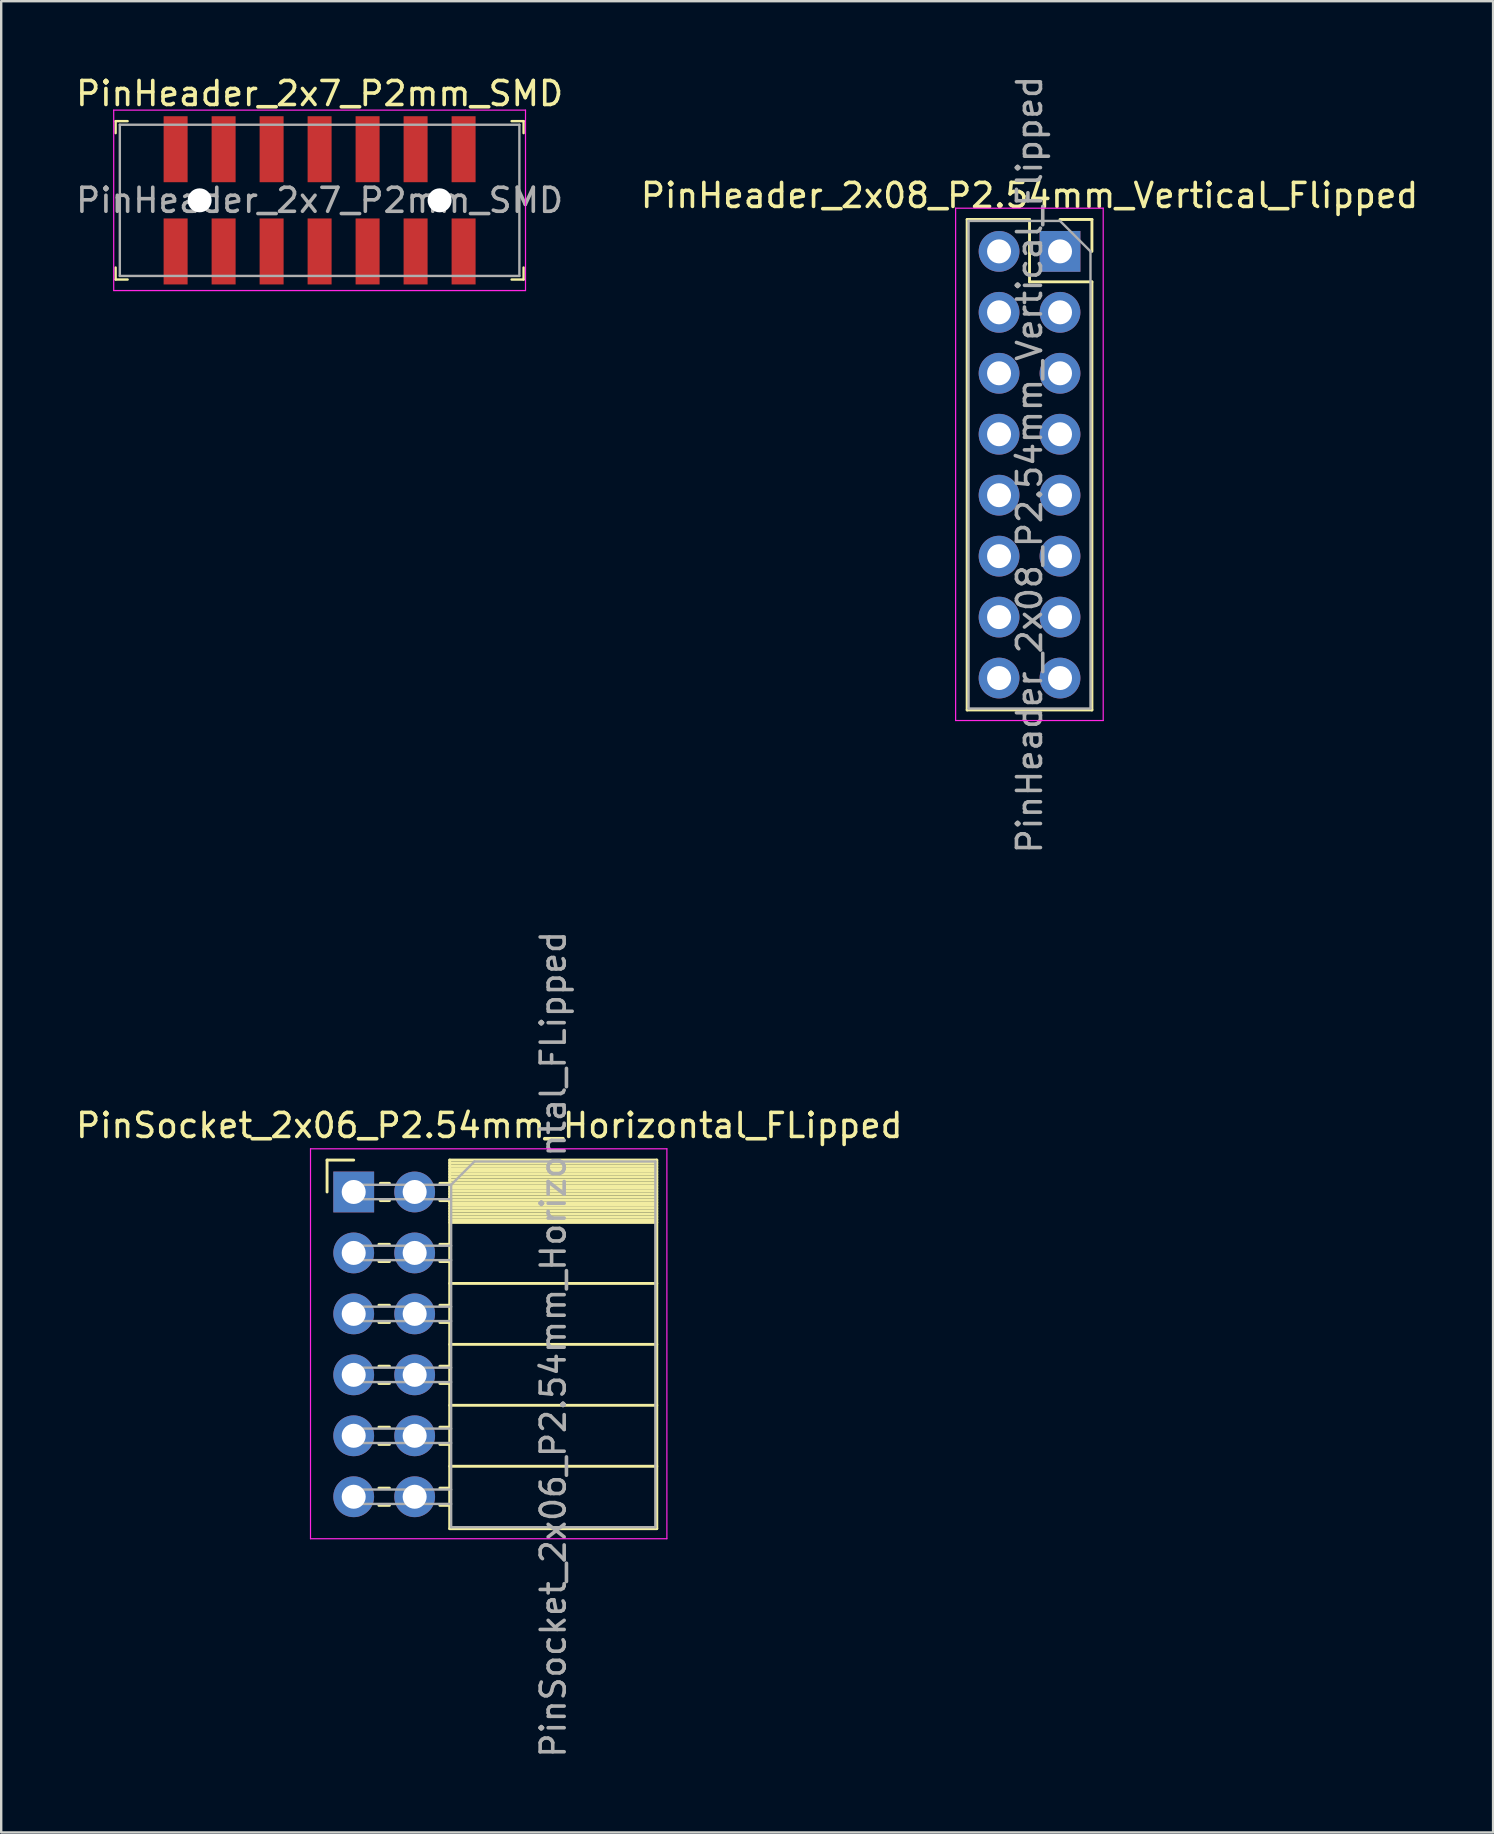
<source format=kicad_pcb>
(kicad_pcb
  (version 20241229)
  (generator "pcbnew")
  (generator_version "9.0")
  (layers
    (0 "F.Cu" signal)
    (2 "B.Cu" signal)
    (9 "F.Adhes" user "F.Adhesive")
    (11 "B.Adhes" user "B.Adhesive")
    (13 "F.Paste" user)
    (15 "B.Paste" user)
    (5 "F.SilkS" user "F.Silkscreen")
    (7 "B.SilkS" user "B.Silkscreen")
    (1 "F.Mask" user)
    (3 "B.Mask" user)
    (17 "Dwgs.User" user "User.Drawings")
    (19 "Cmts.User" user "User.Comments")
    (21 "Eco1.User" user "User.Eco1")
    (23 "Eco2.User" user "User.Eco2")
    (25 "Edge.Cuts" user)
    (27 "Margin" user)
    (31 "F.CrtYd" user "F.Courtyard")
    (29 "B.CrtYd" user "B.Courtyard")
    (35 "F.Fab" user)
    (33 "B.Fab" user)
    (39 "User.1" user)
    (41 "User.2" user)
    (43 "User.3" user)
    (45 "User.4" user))
  (footprint "PinHeader_2x08_P2.54mm_Vertical_Flipped"
    (layer "F.Cu")
    (at 38.581 7.425)
    (property "Reference" "PinHeader_2x08_P2.54mm_Vertical_Flipped" (at 1.27 -2.33 0) (layer "F.SilkS") (effects (font (size 1 1) (thickness 0.15))))
    (attr through_hole)
    (fp_line (start -1.33 -1.33) (end -1.33 19.11) (stroke (width 0.12) (type solid)) (layer "F.SilkS"))
    (fp_line (start 1.27 -1.33) (end -1.33 -1.33) (stroke (width 0.12) (type solid)) (layer "F.SilkS"))
    (fp_line (start 1.27 1.27) (end 1.27 -1.33) (stroke (width 0.12) (type solid)) (layer "F.SilkS"))
    (fp_line (start 3.87 -1.33) (end 2.54 -1.33) (stroke (width 0.12) (type solid)) (layer "F.SilkS"))
    (fp_line (start 3.87 0) (end 3.87 -1.33) (stroke (width 0.12) (type solid)) (layer "F.SilkS"))
    (fp_line (start 3.87 1.27) (end 1.27 1.27) (stroke (width 0.12) (type solid)) (layer "F.SilkS"))
    (fp_line (start 3.87 1.27) (end 3.87 19.11) (stroke (width 0.12) (type solid)) (layer "F.SilkS"))
    (fp_line (start 3.87 19.11) (end -1.33 19.11) (stroke (width 0.12) (type solid)) (layer "F.SilkS"))
    (fp_line (start -1.81 -1.8) (end 4.34 -1.8) (stroke (width 0.05) (type solid)) (layer "F.CrtYd"))
    (fp_line (start -1.81 19.55) (end -1.81 -1.8) (stroke (width 0.05) (type solid)) (layer "F.CrtYd"))
    (fp_line (start 4.34 -1.8) (end 4.34 19.55) (stroke (width 0.05) (type solid)) (layer "F.CrtYd"))
    (fp_line (start 4.34 19.55) (end -1.81 19.55) (stroke (width 0.05) (type solid)) (layer "F.CrtYd"))
    (fp_line (start -1.27 -1.27) (end -1.27 19.05) (stroke (width 0.1) (type solid)) (layer "F.Fab"))
    (fp_line (start -1.27 19.05) (end 3.81 19.05) (stroke (width 0.1) (type solid)) (layer "F.Fab"))
    (fp_line (start 2.54 -1.27) (end -1.27 -1.27) (stroke (width 0.1) (type solid)) (layer "F.Fab"))
    (fp_line (start 3.81 0) (end 2.54 -1.27) (stroke (width 0.1) (type solid)) (layer "F.Fab"))
    (fp_line (start 3.81 19.05) (end 3.81 0) (stroke (width 0.1) (type solid)) (layer "F.Fab"))
    (fp_text user "${REFERENCE}" (at 1.27 8.89 90) (layer "F.Fab") (effects (font (size 1 1) (thickness 0.15))))
    (pad "1" thru_hole rect (at 2.54 0) (size 1.7 1.7) (drill 1) (layers "*.Cu" "*.Mask"))
    (pad "2" thru_hole oval (at 0 0) (size 1.7 1.7) (drill 1) (layers "*.Cu" "*.Mask"))
    (pad "3" thru_hole oval (at 2.54 2.54) (size 1.7 1.7) (drill 1) (layers "*.Cu" "*.Mask"))
    (pad "4" thru_hole oval (at 0 2.54) (size 1.7 1.7) (drill 1) (layers "*.Cu" "*.Mask"))
    (pad "5" thru_hole oval (at 2.54 5.08) (size 1.7 1.7) (drill 1) (layers "*.Cu" "*.Mask"))
    (pad "6" thru_hole oval (at 0 5.08) (size 1.7 1.7) (drill 1) (layers "*.Cu" "*.Mask"))
    (pad "7" thru_hole oval (at 2.54 7.62) (size 1.7 1.7) (drill 1) (layers "*.Cu" "*.Mask"))
    (pad "8" thru_hole oval (at 0 7.62) (size 1.7 1.7) (drill 1) (layers "*.Cu" "*.Mask"))
    (pad "9" thru_hole oval (at 2.54 10.16) (size 1.7 1.7) (drill 1) (layers "*.Cu" "*.Mask"))
    (pad "10" thru_hole oval (at 0 10.16) (size 1.7 1.7) (drill 1) (layers "*.Cu" "*.Mask"))
    (pad "11" thru_hole oval (at 2.54 12.7) (size 1.7 1.7) (drill 1) (layers "*.Cu" "*.Mask"))
    (pad "12" thru_hole oval (at 0 12.7) (size 1.7 1.7) (drill 1) (layers "*.Cu" "*.Mask"))
    (pad "13" thru_hole oval (at 2.54 15.24) (size 1.7 1.7) (drill 1) (layers "*.Cu" "*.Mask"))
    (pad "14" thru_hole oval (at 0 15.24) (size 1.7 1.7) (drill 1) (layers "*.Cu" "*.Mask"))
    (pad "15" thru_hole oval (at 2.54 17.78) (size 1.7 1.7) (drill 1) (layers "*.Cu" "*.Mask"))
    (pad "16" thru_hole oval (at 0 17.78) (size 1.7 1.7) (drill 1) (layers "*.Cu" "*.Mask")))
  (footprint "PinSocket_2x06_P2.54mm_Horizontal_FLipped"
    (layer "F.Cu")
    (at 11.689 46.62)
    (property "Reference" "PinSocket_2x06_P2.54mm_Horizontal_FLipped" (at 5.65 -2.77 0) (layer "F.SilkS") (effects (font (size 1 1) (thickness 0.15))))
    (attr through_hole)
    (fp_line (start -1.11 -1.33) (end -1.11 0) (stroke (width 0.12) (type solid)) (layer "F.SilkS"))
    (fp_line (start 0 -1.33) (end -1.11 -1.33) (stroke (width 0.12) (type solid)) (layer "F.SilkS"))
    (fp_line (start 1.49 -0.36) (end 1.11 -0.36) (stroke (width 0.12) (type solid)) (layer "F.SilkS"))
    (fp_line (start 1.49 0.36) (end 1.11 0.36) (stroke (width 0.12) (type solid)) (layer "F.SilkS"))
    (fp_line (start 1.49 2.18) (end 1.05 2.18) (stroke (width 0.12) (type solid)) (layer "F.SilkS"))
    (fp_line (start 1.49 2.9) (end 1.05 2.9) (stroke (width 0.12) (type solid)) (layer "F.SilkS"))
    (fp_line (start 1.49 4.72) (end 1.05 4.72) (stroke (width 0.12) (type solid)) (layer "F.SilkS"))
    (fp_line (start 1.49 5.44) (end 1.05 5.44) (stroke (width 0.12) (type solid)) (layer "F.SilkS"))
    (fp_line (start 1.49 7.26) (end 1.05 7.26) (stroke (width 0.12) (type solid)) (layer "F.SilkS"))
    (fp_line (start 1.49 7.98) (end 1.05 7.98) (stroke (width 0.12) (type solid)) (layer "F.SilkS"))
    (fp_line (start 1.49 9.8) (end 1.05 9.8) (stroke (width 0.12) (type solid)) (layer "F.SilkS"))
    (fp_line (start 1.49 10.52) (end 1.05 10.52) (stroke (width 0.12) (type solid)) (layer "F.SilkS"))
    (fp_line (start 1.49 12.34) (end 1.05 12.34) (stroke (width 0.12) (type solid)) (layer "F.SilkS"))
    (fp_line (start 1.49 13.06) (end 1.05 13.06) (stroke (width 0.12) (type solid)) (layer "F.SilkS"))
    (fp_line (start 4 -1.33) (end 4 14.03) (stroke (width 0.12) (type solid)) (layer "F.SilkS"))
    (fp_line (start 4 -0.36) (end 3.59 -0.36) (stroke (width 0.12) (type solid)) (layer "F.SilkS"))
    (fp_line (start 4 0.36) (end 3.59 0.36) (stroke (width 0.12) (type solid)) (layer "F.SilkS"))
    (fp_line (start 4 2.18) (end 3.59 2.18) (stroke (width 0.12) (type solid)) (layer "F.SilkS"))
    (fp_line (start 4 2.9) (end 3.59 2.9) (stroke (width 0.12) (type solid)) (layer "F.SilkS"))
    (fp_line (start 4 4.72) (end 3.59 4.72) (stroke (width 0.12) (type solid)) (layer "F.SilkS"))
    (fp_line (start 4 5.44) (end 3.59 5.44) (stroke (width 0.12) (type solid)) (layer "F.SilkS"))
    (fp_line (start 4 7.26) (end 3.59 7.26) (stroke (width 0.12) (type solid)) (layer "F.SilkS"))
    (fp_line (start 4 7.98) (end 3.59 7.98) (stroke (width 0.12) (type solid)) (layer "F.SilkS"))
    (fp_line (start 4 9.8) (end 3.59 9.8) (stroke (width 0.12) (type solid)) (layer "F.SilkS"))
    (fp_line (start 4 10.52) (end 3.59 10.52) (stroke (width 0.12) (type solid)) (layer "F.SilkS"))
    (fp_line (start 4 12.34) (end 3.59 12.34) (stroke (width 0.12) (type solid)) (layer "F.SilkS"))
    (fp_line (start 4 13.06) (end 3.59 13.06) (stroke (width 0.12) (type solid)) (layer "F.SilkS"))
    (fp_line (start 12.63 -1.33) (end 4 -1.33) (stroke (width 0.12) (type solid)) (layer "F.SilkS"))
    (fp_line (start 12.63 -1.33) (end 12.63 14.03) (stroke (width 0.12) (type solid)) (layer "F.SilkS"))
    (fp_line (start 12.63 -1.21) (end 4 -1.21) (stroke (width 0.12) (type solid)) (layer "F.SilkS"))
    (fp_line (start 12.63 -1.092) (end 4 -1.092) (stroke (width 0.12) (type solid)) (layer "F.SilkS"))
    (fp_line (start 12.63 -0.974) (end 4 -0.974) (stroke (width 0.12) (type solid)) (layer "F.SilkS"))
    (fp_line (start 12.63 -0.856) (end 4 -0.856) (stroke (width 0.12) (type solid)) (layer "F.SilkS"))
    (fp_line (start 12.63 -0.738) (end 4 -0.738) (stroke (width 0.12) (type solid)) (layer "F.SilkS"))
    (fp_line (start 12.63 -0.62) (end 4 -0.62) (stroke (width 0.12) (type solid)) (layer "F.SilkS"))
    (fp_line (start 12.63 -0.501) (end 4 -0.501) (stroke (width 0.12) (type solid)) (layer "F.SilkS"))
    (fp_line (start 12.63 -0.383) (end 4 -0.383) (stroke (width 0.12) (type solid)) (layer "F.SilkS"))
    (fp_line (start 12.63 -0.265) (end 4 -0.265) (stroke (width 0.12) (type solid)) (layer "F.SilkS"))
    (fp_line (start 12.63 -0.147) (end 4 -0.147) (stroke (width 0.12) (type solid)) (layer "F.SilkS"))
    (fp_line (start 12.63 -0.029) (end 4 -0.029) (stroke (width 0.12) (type solid)) (layer "F.SilkS"))
    (fp_line (start 12.63 0.089) (end 4 0.089) (stroke (width 0.12) (type solid)) (layer "F.SilkS"))
    (fp_line (start 12.63 0.207) (end 4 0.207) (stroke (width 0.12) (type solid)) (layer "F.SilkS"))
    (fp_line (start 12.63 0.325) (end 4 0.325) (stroke (width 0.12) (type solid)) (layer "F.SilkS"))
    (fp_line (start 12.63 0.443) (end 4 0.443) (stroke (width 0.12) (type solid)) (layer "F.SilkS"))
    (fp_line (start 12.63 0.561) (end 4 0.561) (stroke (width 0.12) (type solid)) (layer "F.SilkS"))
    (fp_line (start 12.63 0.68) (end 4 0.68) (stroke (width 0.12) (type solid)) (layer "F.SilkS"))
    (fp_line (start 12.63 0.798) (end 4 0.798) (stroke (width 0.12) (type solid)) (layer "F.SilkS"))
    (fp_line (start 12.63 0.916) (end 4 0.916) (stroke (width 0.12) (type solid)) (layer "F.SilkS"))
    (fp_line (start 12.63 1.034) (end 4 1.034) (stroke (width 0.12) (type solid)) (layer "F.SilkS"))
    (fp_line (start 12.63 1.152) (end 4 1.152) (stroke (width 0.12) (type solid)) (layer "F.SilkS"))
    (fp_line (start 12.63 1.27) (end 4 1.27) (stroke (width 0.12) (type solid)) (layer "F.SilkS"))
    (fp_line (start 12.63 3.81) (end 4 3.81) (stroke (width 0.12) (type solid)) (layer "F.SilkS"))
    (fp_line (start 12.63 6.35) (end 4 6.35) (stroke (width 0.12) (type solid)) (layer "F.SilkS"))
    (fp_line (start 12.63 8.89) (end 4 8.89) (stroke (width 0.12) (type solid)) (layer "F.SilkS"))
    (fp_line (start 12.63 11.43) (end 4 11.43) (stroke (width 0.12) (type solid)) (layer "F.SilkS"))
    (fp_line (start 12.63 14.03) (end 4 14.03) (stroke (width 0.12) (type solid)) (layer "F.SilkS"))
    (fp_line (start -1.8 -1.8) (end 13.05 -1.8) (stroke (width 0.05) (type solid)) (layer "F.CrtYd"))
    (fp_line (start -1.8 14.45) (end -1.8 -1.8) (stroke (width 0.05) (type solid)) (layer "F.CrtYd"))
    (fp_line (start 13.05 -1.8) (end 13.05 14.45) (stroke (width 0.05) (type solid)) (layer "F.CrtYd"))
    (fp_line (start 13.05 14.45) (end -1.8 14.45) (stroke (width 0.05) (type solid)) (layer "F.CrtYd"))
    (fp_line (start 0 -0.3) (end 4.06 -0.3) (stroke (width 0.1) (type solid)) (layer "F.Fab"))
    (fp_line (start 0 0.3) (end 0 -0.3) (stroke (width 0.1) (type solid)) (layer "F.Fab"))
    (fp_line (start 0 2.24) (end 4.06 2.24) (stroke (width 0.1) (type solid)) (layer "F.Fab"))
    (fp_line (start 0 2.84) (end 0 2.24) (stroke (width 0.1) (type solid)) (layer "F.Fab"))
    (fp_line (start 0 4.78) (end 4.06 4.78) (stroke (width 0.1) (type solid)) (layer "F.Fab"))
    (fp_line (start 0 5.38) (end 0 4.78) (stroke (width 0.1) (type solid)) (layer "F.Fab"))
    (fp_line (start 0 7.32) (end 4.06 7.32) (stroke (width 0.1) (type solid)) (layer "F.Fab"))
    (fp_line (start 0 7.92) (end 0 7.32) (stroke (width 0.1) (type solid)) (layer "F.Fab"))
    (fp_line (start 0 9.86) (end 4.06 9.86) (stroke (width 0.1) (type solid)) (layer "F.Fab"))
    (fp_line (start 0 10.46) (end 0 9.86) (stroke (width 0.1) (type solid)) (layer "F.Fab"))
    (fp_line (start 0 12.4) (end 4.06 12.4) (stroke (width 0.1) (type solid)) (layer "F.Fab"))
    (fp_line (start 0 13) (end 0 12.4) (stroke (width 0.1) (type solid)) (layer "F.Fab"))
    (fp_line (start 4.06 -0.3) (end 4.06 13.97) (stroke (width 0.1) (type solid)) (layer "F.Fab"))
    (fp_line (start 4.06 0.3) (end 0 0.3) (stroke (width 0.1) (type solid)) (layer "F.Fab"))
    (fp_line (start 4.06 2.84) (end 0 2.84) (stroke (width 0.1) (type solid)) (layer "F.Fab"))
    (fp_line (start 4.06 5.38) (end 0 5.38) (stroke (width 0.1) (type solid)) (layer "F.Fab"))
    (fp_line (start 4.06 7.92) (end 0 7.92) (stroke (width 0.1) (type solid)) (layer "F.Fab"))
    (fp_line (start 4.06 10.46) (end 0 10.46) (stroke (width 0.1) (type solid)) (layer "F.Fab"))
    (fp_line (start 4.06 13) (end 0 13) (stroke (width 0.1) (type solid)) (layer "F.Fab"))
    (fp_line (start 4.06 13.97) (end 12.57 13.97) (stroke (width 0.1) (type solid)) (layer "F.Fab"))
    (fp_line (start 5.03 -1.27) (end 4.06 -0.3) (stroke (width 0.1) (type solid)) (layer "F.Fab"))
    (fp_line (start 12.57 -1.27) (end 5.03 -1.27) (stroke (width 0.1) (type solid)) (layer "F.Fab"))
    (fp_line (start 12.57 13.97) (end 12.57 -1.27) (stroke (width 0.1) (type solid)) (layer "F.Fab"))
    (fp_text user "${REFERENCE}" (at 8.315 6.35 90) (layer "F.Fab") (effects (font (size 1 1) (thickness 0.15))))
    (pad "1" thru_hole rect (at 0 0) (size 1.7 1.7) (drill 1) (layers "*.Cu" "*.Mask"))
    (pad "2" thru_hole oval (at 0 2.54) (size 1.7 1.7) (drill 1) (layers "*.Cu" "*.Mask"))
    (pad "3" thru_hole oval (at 0 5.08) (size 1.7 1.7) (drill 1) (layers "*.Cu" "*.Mask"))
    (pad "4" thru_hole oval (at 0 7.62) (size 1.7 1.7) (drill 1) (layers "*.Cu" "*.Mask"))
    (pad "5" thru_hole oval (at 0 10.16) (size 1.7 1.7) (drill 1) (layers "*.Cu" "*.Mask"))
    (pad "6" thru_hole oval (at 0 12.7) (size 1.7 1.7) (drill 1) (layers "*.Cu" "*.Mask"))
    (pad "7" thru_hole oval (at 2.54 0) (size 1.7 1.7) (drill 1) (layers "*.Cu" "*.Mask"))
    (pad "8" thru_hole oval (at 2.54 2.54) (size 1.7 1.7) (drill 1) (layers "*.Cu" "*.Mask"))
    (pad "9" thru_hole oval (at 2.54 5.08) (size 1.7 1.7) (drill 1) (layers "*.Cu" "*.Mask"))
    (pad "10" thru_hole oval (at 2.54 7.62) (size 1.7 1.7) (drill 1) (layers "*.Cu" "*.Mask"))
    (pad "11" thru_hole oval (at 2.54 10.16) (size 1.7 1.7) (drill 1) (layers "*.Cu" "*.Mask"))
    (pad "12" thru_hole oval (at 2.54 12.7) (size 1.7 1.7) (drill 1) (layers "*.Cu" "*.Mask")))
  (footprint "PinHeader_2x7_P2mm_SMD"
    (layer "F.Cu")
    (at 10.268 5.298)
    (property "Reference" "PinHeader_2x7_P2mm_SMD" (at 0 -4.45 0) (layer "F.SilkS") (effects (font (size 1 1) (thickness 0.15))))
    (attr smd)
    (fp_line (start -8.5 -3.3) (end -8.5 -2.8) (stroke (width 0.1) (type solid)) (layer "F.SilkS"))
    (fp_line (start -8.5 -3.3) (end -8 -3.3) (stroke (width 0.1) (type solid)) (layer "F.SilkS"))
    (fp_line (start -8.5 3.3) (end -8.5 2.8) (stroke (width 0.1) (type solid)) (layer "F.SilkS"))
    (fp_line (start -8.5 3.3) (end -8 3.3) (stroke (width 0.1) (type solid)) (layer "F.SilkS"))
    (fp_line (start 8.5 -3.3) (end 8 -3.3) (stroke (width 0.1) (type solid)) (layer "F.SilkS"))
    (fp_line (start 8.5 -3.3) (end 8.5 -2.8) (stroke (width 0.1) (type solid)) (layer "F.SilkS"))
    (fp_line (start 8.5 3.3) (end 8 3.3) (stroke (width 0.1) (type solid)) (layer "F.SilkS"))
    (fp_line (start 8.5 3.3) (end 8.5 2.8) (stroke (width 0.1) (type solid)) (layer "F.SilkS"))
    (fp_line (start -8.58 -3.76) (end -8.58 3.76) (stroke (width 0.05) (type solid)) (layer "F.CrtYd"))
    (fp_line (start 8.58 -3.76) (end -8.58 -3.76) (stroke (width 0.05) (type solid)) (layer "F.CrtYd"))
    (fp_line (start 8.58 -3.76) (end 8.58 3.76) (stroke (width 0.05) (type solid)) (layer "F.CrtYd"))
    (fp_line (start 8.58 3.76) (end -8.58 3.76) (stroke (width 0.05) (type solid)) (layer "F.CrtYd"))
    (fp_line (start -8.325 -3.15) (end 8.325 -3.15) (stroke (width 0.1) (type solid)) (layer "F.Fab"))
    (fp_line (start -8.325 3.15) (end -8.325 -3.15) (stroke (width 0.1) (type solid)) (layer "F.Fab"))
    (fp_line (start -8.325 3.15) (end 8.325 3.15) (stroke (width 0.1) (type solid)) (layer "F.Fab"))
    (fp_line (start 8.325 3.15) (end 8.325 -3.15) (stroke (width 0.1) (type solid)) (layer "F.Fab"))
    (fp_text user "${REFERENCE}" (at 0 0 0) (layer "F.Fab") (effects (font (size 1 1) (thickness 0.15))))
    (pad "" np_thru_hole circle (at -5 0) (size 1 1) (drill 1) (layers "*.Cu" "*.Mask"))
    (pad "" np_thru_hole circle (at 5 0) (size 1 1) (drill 1) (layers "*.Cu" "*.Mask"))
    (pad "1" smd rect (at -6 2.13) (size 1 2.75) (layers "F.Cu" "F.Mask" "F.Paste"))
    (pad "2" smd rect (at -6 -2.13) (size 1 2.75) (layers "F.Cu" "F.Mask" "F.Paste"))
    (pad "3" smd rect (at -4 2.13) (size 1 2.75) (layers "F.Cu" "F.Mask" "F.Paste"))
    (pad "4" smd rect (at -4 -2.13) (size 1 2.75) (layers "F.Cu" "F.Mask" "F.Paste"))
    (pad "5" smd rect (at -2 2.13) (size 1 2.75) (layers "F.Cu" "F.Mask" "F.Paste"))
    (pad "6" smd rect (at -2 -2.13) (size 1 2.75) (layers "F.Cu" "F.Mask" "F.Paste"))
    (pad "7" smd rect (at 0 2.13) (size 1 2.75) (layers "F.Cu" "F.Mask" "F.Paste"))
    (pad "8" smd rect (at 0 -2.13) (size 1 2.75) (layers "F.Cu" "F.Mask" "F.Paste"))
    (pad "9" smd rect (at 2 2.13) (size 1 2.75) (layers "F.Cu" "F.Mask" "F.Paste"))
    (pad "10" smd rect (at 2 -2.13) (size 1 2.75) (layers "F.Cu" "F.Mask" "F.Paste"))
    (pad "11" smd rect (at 4 2.13) (size 1 2.75) (layers "F.Cu" "F.Mask" "F.Paste"))
    (pad "12" smd rect (at 4 -2.13) (size 1 2.75) (layers "F.Cu" "F.Mask" "F.Paste"))
    (pad "13" smd rect (at 6 2.13) (size 1 2.75) (layers "F.Cu" "F.Mask" "F.Paste"))
    (pad "14" smd rect (at 6 -2.13) (size 1 2.75) (layers "F.Cu" "F.Mask" "F.Paste")))
  (gr_rect
    (start -3 -3)
    (end 59.167 73.31)
    (stroke (width 0.1) (type default))
    (fill no)
    (layer "Edge.Cuts")))
</source>
